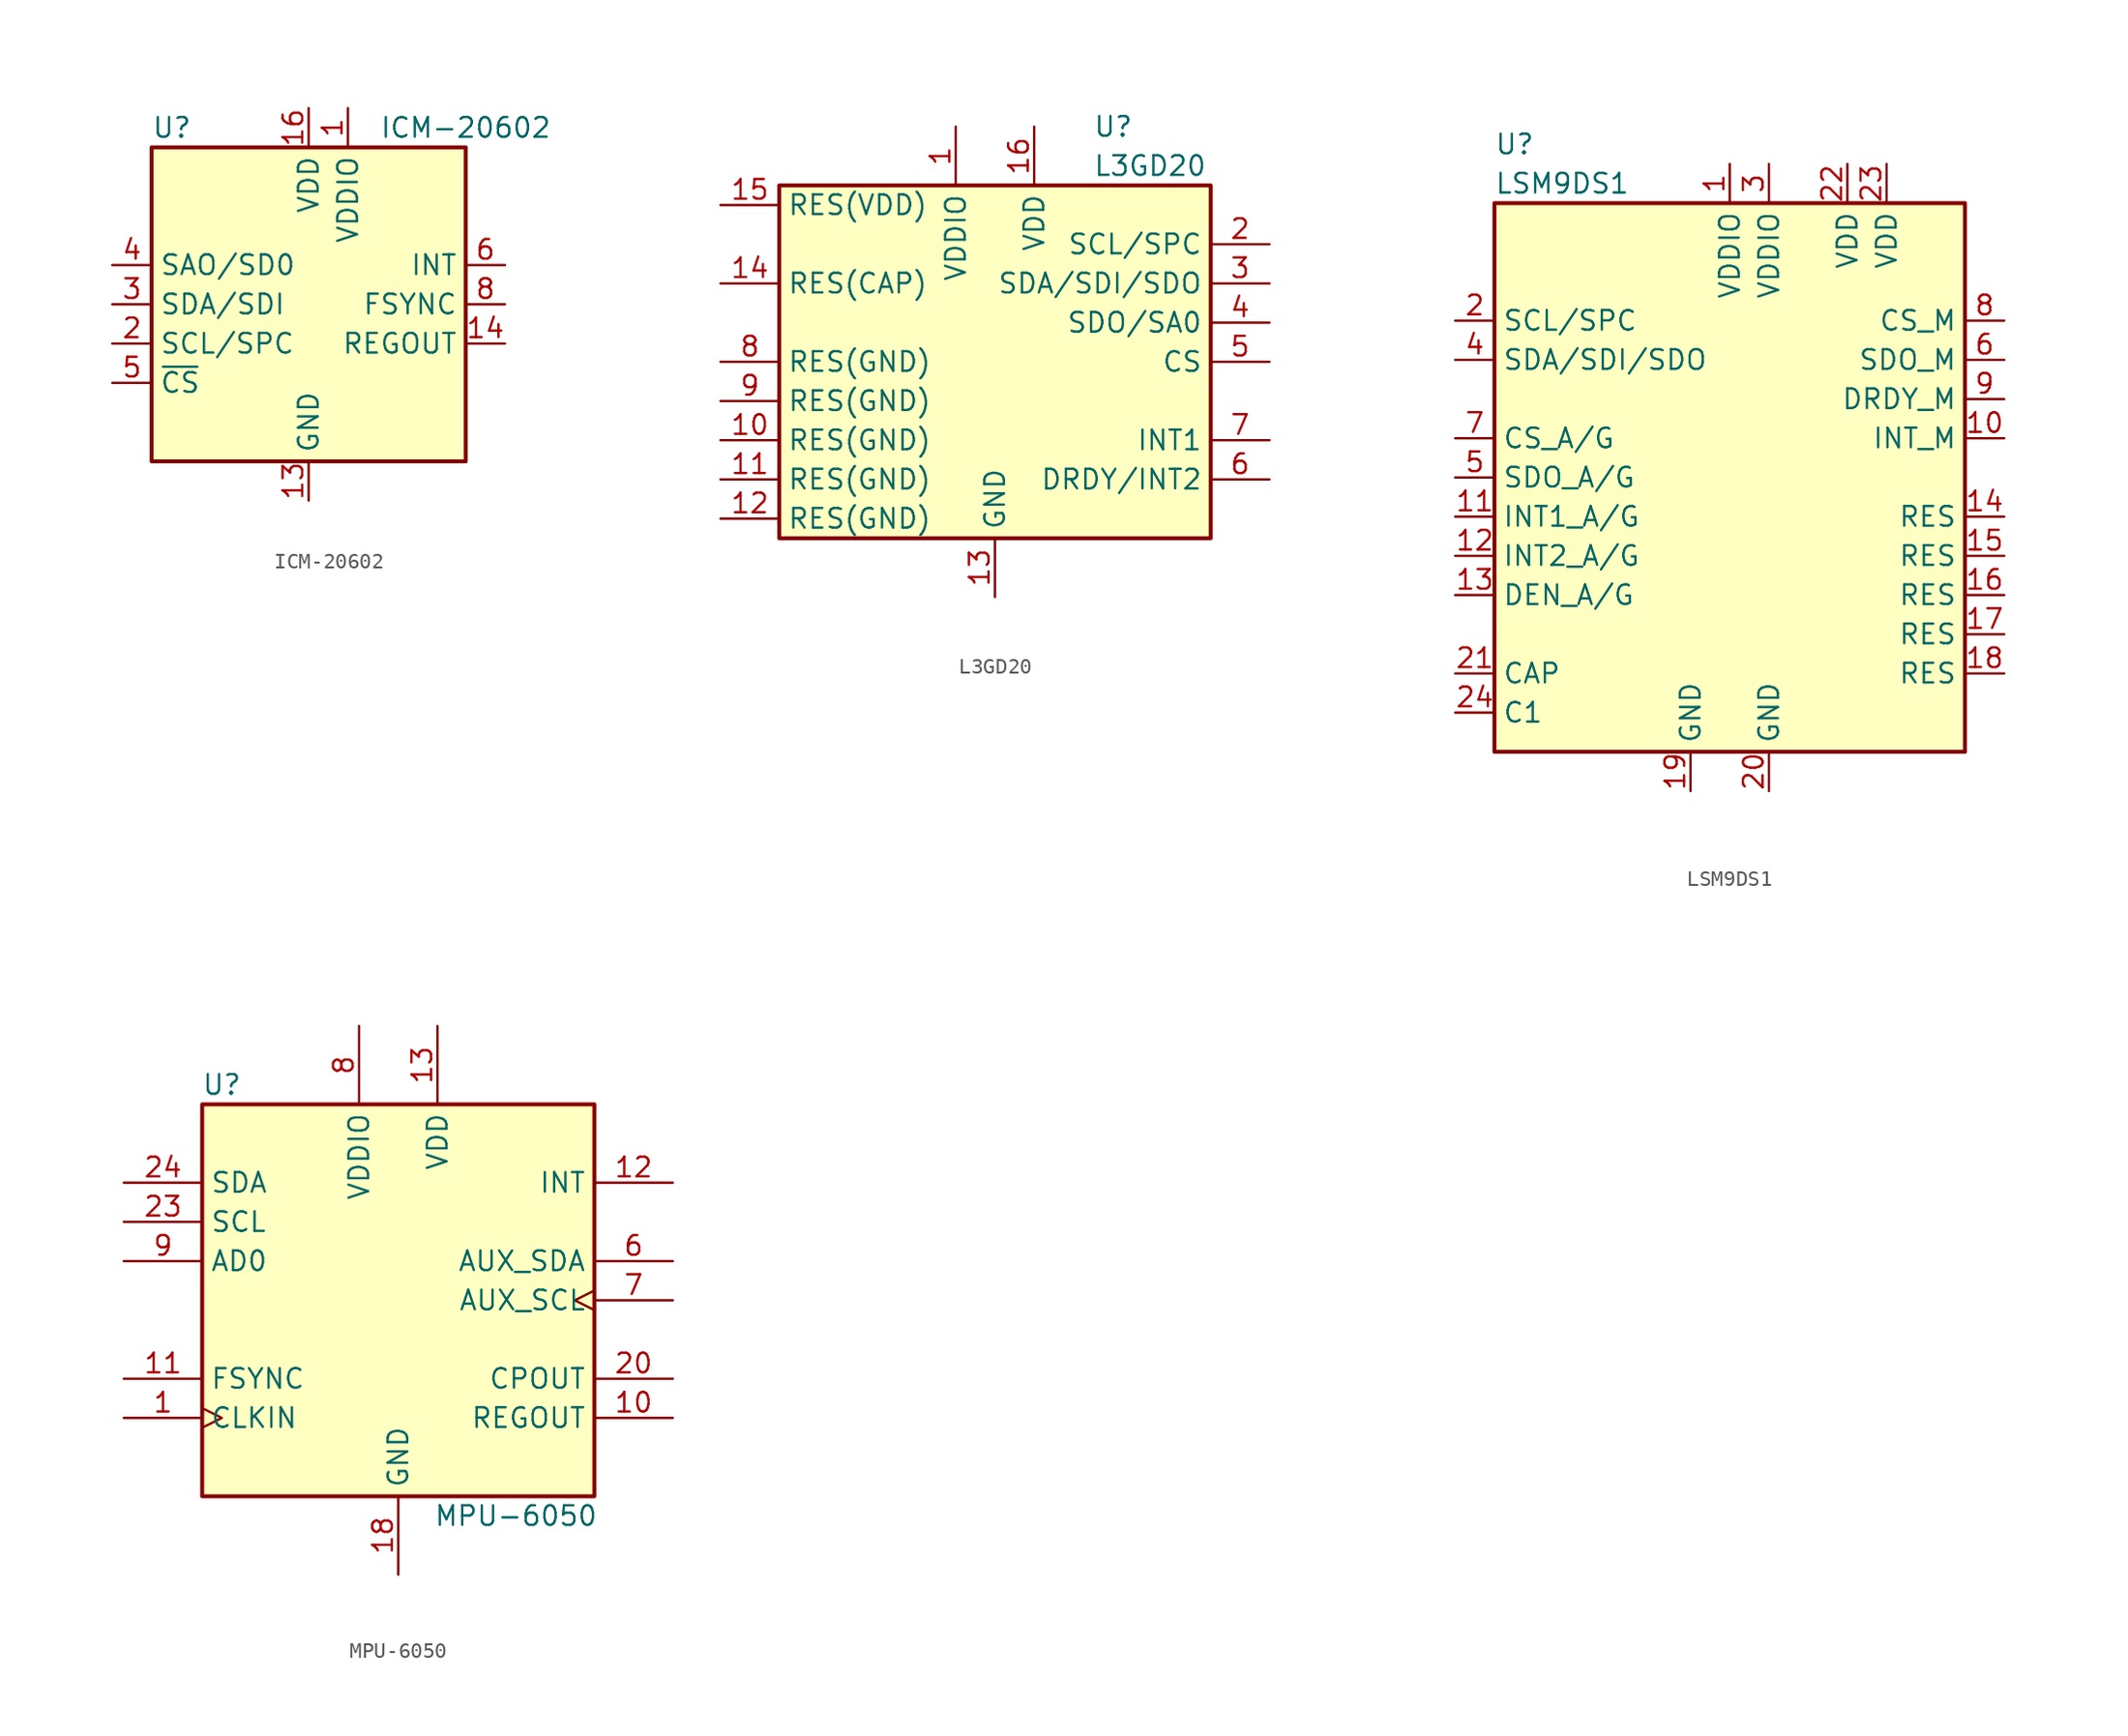
<source format=kicad_sym>
(kicad_symbol_lib
  (version 20201005)
  (generator kicad_symbol_editor)
  (symbol "ICM-20602"
    (property "Reference" "U"
      (at -10.16 11.43 0)
      (effects (font (size 1.27 1.27)) (justify left)))
    (property "Value" "ICM-20602"
      (at 10.16 11.43 0)
      (effects (font (size 1.27 1.27))))
    (symbol "ICM-20602_0_1"
      (rectangle (start -10.16 10.16) (end 10.16 -10.16) (stroke (width 0.254)) (fill (type background))))
    (symbol "ICM-20602_1_1"
      (pin power_in line (at 2.54 12.7 270) (length 2.54) (name "VDDIO" (effects (font (size 1.27 1.27)))) (number "1" (effects (font (size 1.27 1.27)))))
      (pin passive line (at 0 -12.7 90) (length 2.54) hide (name "GND" (effects (font (size 1.27 1.27)))) (number "10" (effects (font (size 1.27 1.27)))))
      (pin passive line (at 0 -12.7 90) (length 2.54) hide (name "GND" (effects (font (size 1.27 1.27)))) (number "11" (effects (font (size 1.27 1.27)))))
      (pin passive line (at 0 -12.7 90) (length 2.54) hide (name "GND" (effects (font (size 1.27 1.27)))) (number "12" (effects (font (size 1.27 1.27)))))
      (pin power_in line (at 0 -12.7 90) (length 2.54) (name "GND" (effects (font (size 1.27 1.27)))) (number "13" (effects (font (size 1.27 1.27)))))
      (pin passive line (at 12.7 -2.54 180) (length 2.54) (name "REGOUT" (effects (font (size 1.27 1.27)))) (number "14" (effects (font (size 1.27 1.27)))))
      (pin passive line (at 0 -12.7 90) (length 2.54) hide (name "GND" (effects (font (size 1.27 1.27)))) (number "15" (effects (font (size 1.27 1.27)))))
      (pin power_in line (at 0 12.7 270) (length 2.54) (name "VDD" (effects (font (size 1.27 1.27)))) (number "16" (effects (font (size 1.27 1.27)))))
      (pin input line (at -12.7 -2.54 0) (length 2.54) (name "SCL/SPC" (effects (font (size 1.27 1.27)))) (number "2" (effects (font (size 1.27 1.27)))))
      (pin bidirectional line (at -12.7 0 0) (length 2.54) (name "SDA/SDI" (effects (font (size 1.27 1.27)))) (number "3" (effects (font (size 1.27 1.27)))))
      (pin bidirectional line (at -12.7 2.54 0) (length 2.54) (name "SAO/SD0" (effects (font (size 1.27 1.27)))) (number "4" (effects (font (size 1.27 1.27)))))
      (pin input line (at -12.7 -5.08 0) (length 2.54) (name "~CS" (effects (font (size 1.27 1.27)))) (number "5" (effects (font (size 1.27 1.27)))))
      (pin output line (at 12.7 2.54 180) (length 2.54) (name "INT" (effects (font (size 1.27 1.27)))) (number "6" (effects (font (size 1.27 1.27)))))
      (pin no_connect line (at -10.16 5.08 0) (length 2.54) hide (name "RESV" (effects (font (size 1.27 1.27)))) (number "7" (effects (font (size 1.27 1.27)))))
      (pin input line (at 12.7 0 180) (length 2.54) (name "FSYNC" (effects (font (size 1.27 1.27)))) (number "8" (effects (font (size 1.27 1.27)))))
      (pin passive line (at 0 -12.7 90) (length 2.54) hide (name "GND" (effects (font (size 1.27 1.27)))) (number "9" (effects (font (size 1.27 1.27)))))))
  (symbol "L3GD20"
    (property "Reference" "U"
      (at 6.35 15.24 0)
      (effects (font (size 1.27 1.27)) (justify left)))
    (property "Value" "L3GD20"
      (at 6.35 12.7 0)
      (effects (font (size 1.27 1.27)) (justify left)))
    (symbol "L3GD20_0_1"
      (rectangle (start -13.97 11.43) (end 13.97 -11.43) (stroke (width 0.254)) (fill (type background))))
    (symbol "L3GD20_1_1"
      (pin power_in line (at -2.54 15.24 270) (length 3.81) (name "VDDIO" (effects (font (size 1.27 1.27)))) (number "1" (effects (font (size 1.27 1.27)))))
      (pin passive line (at -17.78 -5.08 0) (length 3.81) (name "RES(GND)" (effects (font (size 1.27 1.27)))) (number "10" (effects (font (size 1.27 1.27)))))
      (pin passive line (at -17.78 -7.62 0) (length 3.81) (name "RES(GND)" (effects (font (size 1.27 1.27)))) (number "11" (effects (font (size 1.27 1.27)))))
      (pin passive line (at -17.78 -10.16 0) (length 3.81) (name "RES(GND)" (effects (font (size 1.27 1.27)))) (number "12" (effects (font (size 1.27 1.27)))))
      (pin power_in line (at 0 -15.24 90) (length 3.81) (name "GND" (effects (font (size 1.27 1.27)))) (number "13" (effects (font (size 1.27 1.27)))))
      (pin passive line (at -17.78 5.08 0) (length 3.81) (name "RES(CAP)" (effects (font (size 1.27 1.27)))) (number "14" (effects (font (size 1.27 1.27)))))
      (pin passive line (at -17.78 10.16 0) (length 3.81) (name "RES(VDD)" (effects (font (size 1.27 1.27)))) (number "15" (effects (font (size 1.27 1.27)))))
      (pin power_in line (at 2.54 15.24 270) (length 3.81) (name "VDD" (effects (font (size 1.27 1.27)))) (number "16" (effects (font (size 1.27 1.27)))))
      (pin input line (at 17.78 7.62 180) (length 3.81) (name "SCL/SPC" (effects (font (size 1.27 1.27)))) (number "2" (effects (font (size 1.27 1.27)))))
      (pin bidirectional line (at 17.78 5.08 180) (length 3.81) (name "SDA/SDI/SDO" (effects (font (size 1.27 1.27)))) (number "3" (effects (font (size 1.27 1.27)))))
      (pin output line (at 17.78 2.54 180) (length 3.81) (name "SDO/SA0" (effects (font (size 1.27 1.27)))) (number "4" (effects (font (size 1.27 1.27)))))
      (pin input line (at 17.78 0 180) (length 3.81) (name "CS" (effects (font (size 1.27 1.27)))) (number "5" (effects (font (size 1.27 1.27)))))
      (pin output line (at 17.78 -7.62 180) (length 3.81) (name "DRDY/INT2" (effects (font (size 1.27 1.27)))) (number "6" (effects (font (size 1.27 1.27)))))
      (pin output line (at 17.78 -5.08 180) (length 3.81) (name "INT1" (effects (font (size 1.27 1.27)))) (number "7" (effects (font (size 1.27 1.27)))))
      (pin passive line (at -17.78 0 0) (length 3.81) (name "RES(GND)" (effects (font (size 1.27 1.27)))) (number "8" (effects (font (size 1.27 1.27)))))
      (pin passive line (at -17.78 -2.54 0) (length 3.81) (name "RES(GND)" (effects (font (size 1.27 1.27)))) (number "9" (effects (font (size 1.27 1.27)))))))
  (symbol "LSM9DS1"
    (property "Reference" "U"
      (at -15.24 21.59 0)
      (effects (font (size 1.27 1.27)) (justify left)))
    (property "Value" "LSM9DS1"
      (at -15.24 19.05 0)
      (effects (font (size 1.27 1.27)) (justify left)))
    (symbol "LSM9DS1_0_1"
      (rectangle (start -15.24 17.78) (end 15.24 -17.78) (stroke (width 0.254)) (fill (type background))))
    (symbol "LSM9DS1_1_1"
      (pin power_in line (at 0 20.32 270) (length 2.54) (name "VDDIO" (effects (font (size 1.27 1.27)))) (number "1" (effects (font (size 1.27 1.27)))))
      (pin output line (at 17.78 2.54 180) (length 2.54) (name "INT_M" (effects (font (size 1.27 1.27)))) (number "10" (effects (font (size 1.27 1.27)))))
      (pin output line (at -17.78 -2.54 0) (length 2.54) (name "INT1_A/G" (effects (font (size 1.27 1.27)))) (number "11" (effects (font (size 1.27 1.27)))))
      (pin output line (at -17.78 -5.08 0) (length 2.54) (name "INT2_A/G" (effects (font (size 1.27 1.27)))) (number "12" (effects (font (size 1.27 1.27)))))
      (pin input line (at -17.78 -7.62 0) (length 2.54) (name "DEN_A/G" (effects (font (size 1.27 1.27)))) (number "13" (effects (font (size 1.27 1.27)))))
      (pin bidirectional line (at 17.78 -2.54 180) (length 2.54) (name "RES" (effects (font (size 1.27 1.27)))) (number "14" (effects (font (size 1.27 1.27)))))
      (pin bidirectional line (at 17.78 -5.08 180) (length 2.54) (name "RES" (effects (font (size 1.27 1.27)))) (number "15" (effects (font (size 1.27 1.27)))))
      (pin bidirectional line (at 17.78 -7.62 180) (length 2.54) (name "RES" (effects (font (size 1.27 1.27)))) (number "16" (effects (font (size 1.27 1.27)))))
      (pin bidirectional line (at 17.78 -10.16 180) (length 2.54) (name "RES" (effects (font (size 1.27 1.27)))) (number "17" (effects (font (size 1.27 1.27)))))
      (pin bidirectional line (at 17.78 -12.7 180) (length 2.54) (name "RES" (effects (font (size 1.27 1.27)))) (number "18" (effects (font (size 1.27 1.27)))))
      (pin power_in line (at -2.54 -20.32 90) (length 2.54) (name "GND" (effects (font (size 1.27 1.27)))) (number "19" (effects (font (size 1.27 1.27)))))
      (pin input line (at -17.78 10.16 0) (length 2.54) (name "SCL/SPC" (effects (font (size 1.27 1.27)))) (number "2" (effects (font (size 1.27 1.27)))))
      (pin power_in line (at 2.54 -20.32 90) (length 2.54) (name "GND" (effects (font (size 1.27 1.27)))) (number "20" (effects (font (size 1.27 1.27)))))
      (pin passive line (at -17.78 -12.7 0) (length 2.54) (name "CAP" (effects (font (size 1.27 1.27)))) (number "21" (effects (font (size 1.27 1.27)))))
      (pin power_in line (at 7.62 20.32 270) (length 2.54) (name "VDD" (effects (font (size 1.27 1.27)))) (number "22" (effects (font (size 1.27 1.27)))))
      (pin power_in line (at 10.16 20.32 270) (length 2.54) (name "VDD" (effects (font (size 1.27 1.27)))) (number "23" (effects (font (size 1.27 1.27)))))
      (pin passive line (at -17.78 -15.24 0) (length 2.54) (name "C1" (effects (font (size 1.27 1.27)))) (number "24" (effects (font (size 1.27 1.27)))))
      (pin power_in line (at 2.54 20.32 270) (length 2.54) (name "VDDIO" (effects (font (size 1.27 1.27)))) (number "3" (effects (font (size 1.27 1.27)))))
      (pin bidirectional line (at -17.78 7.62 0) (length 2.54) (name "SDA/SDI/SDO" (effects (font (size 1.27 1.27)))) (number "4" (effects (font (size 1.27 1.27)))))
      (pin output line (at -17.78 0 0) (length 2.54) (name "SDO_A/G" (effects (font (size 1.27 1.27)))) (number "5" (effects (font (size 1.27 1.27)))))
      (pin output line (at 17.78 7.62 180) (length 2.54) (name "SDO_M" (effects (font (size 1.27 1.27)))) (number "6" (effects (font (size 1.27 1.27)))))
      (pin input line (at -17.78 2.54 0) (length 2.54) (name "CS_A/G" (effects (font (size 1.27 1.27)))) (number "7" (effects (font (size 1.27 1.27)))))
      (pin input line (at 17.78 10.16 180) (length 2.54) (name "CS_M" (effects (font (size 1.27 1.27)))) (number "8" (effects (font (size 1.27 1.27)))))
      (pin output line (at 17.78 5.08 180) (length 2.54) (name "DRDY_M" (effects (font (size 1.27 1.27)))) (number "9" (effects (font (size 1.27 1.27)))))))
  (symbol "MPU-6050"
    (property "Reference" "U"
      (at -11.43 13.97 0)
      (effects (font (size 1.27 1.27))))
    (property "Value" "MPU-6050"
      (at 7.62 -13.97 0)
      (effects (font (size 1.27 1.27))))
    (symbol "MPU-6050_0_1"
      (rectangle (start -12.7 12.7) (end 12.7 -12.7) (stroke (width 0.254)) (fill (type background))))
    (symbol "MPU-6050_1_1"
      (pin input clock (at -17.78 -7.62 0) (length 5.08) (name "CLKIN" (effects (font (size 1.27 1.27)))) (number "1" (effects (font (size 1.27 1.27)))))
      (pin passive line (at 17.78 -7.62 180) (length 5.08) (name "REGOUT" (effects (font (size 1.27 1.27)))) (number "10" (effects (font (size 1.27 1.27)))))
      (pin input line (at -17.78 -5.08 0) (length 5.08) (name "FSYNC" (effects (font (size 1.27 1.27)))) (number "11" (effects (font (size 1.27 1.27)))))
      (pin output line (at 17.78 7.62 180) (length 5.08) (name "INT" (effects (font (size 1.27 1.27)))) (number "12" (effects (font (size 1.27 1.27)))))
      (pin power_in line (at 2.54 17.78 270) (length 5.08) (name "VDD" (effects (font (size 1.27 1.27)))) (number "13" (effects (font (size 1.27 1.27)))))
      (pin power_in line (at 0 -17.78 90) (length 5.08) (name "GND" (effects (font (size 1.27 1.27)))) (number "18" (effects (font (size 1.27 1.27)))))
      (pin passive line (at 17.78 -5.08 180) (length 5.08) (name "CPOUT" (effects (font (size 1.27 1.27)))) (number "20" (effects (font (size 1.27 1.27)))))
      (pin input line (at -17.78 5.08 0) (length 5.08) (name "SCL" (effects (font (size 1.27 1.27)))) (number "23" (effects (font (size 1.27 1.27)))))
      (pin bidirectional line (at -17.78 7.62 0) (length 5.08) (name "SDA" (effects (font (size 1.27 1.27)))) (number "24" (effects (font (size 1.27 1.27)))))
      (pin bidirectional line (at 17.78 2.54 180) (length 5.08) (name "AUX_SDA" (effects (font (size 1.27 1.27)))) (number "6" (effects (font (size 1.27 1.27)))))
      (pin output clock (at 17.78 0 180) (length 5.08) (name "AUX_SCL" (effects (font (size 1.27 1.27)))) (number "7" (effects (font (size 1.27 1.27)))))
      (pin power_in line (at -2.54 17.78 270) (length 5.08) (name "VDDIO" (effects (font (size 1.27 1.27)))) (number "8" (effects (font (size 1.27 1.27)))))
      (pin input line (at -17.78 2.54 0) (length 5.08) (name "AD0" (effects (font (size 1.27 1.27)))) (number "9" (effects (font (size 1.27 1.27))))))))
</source>
